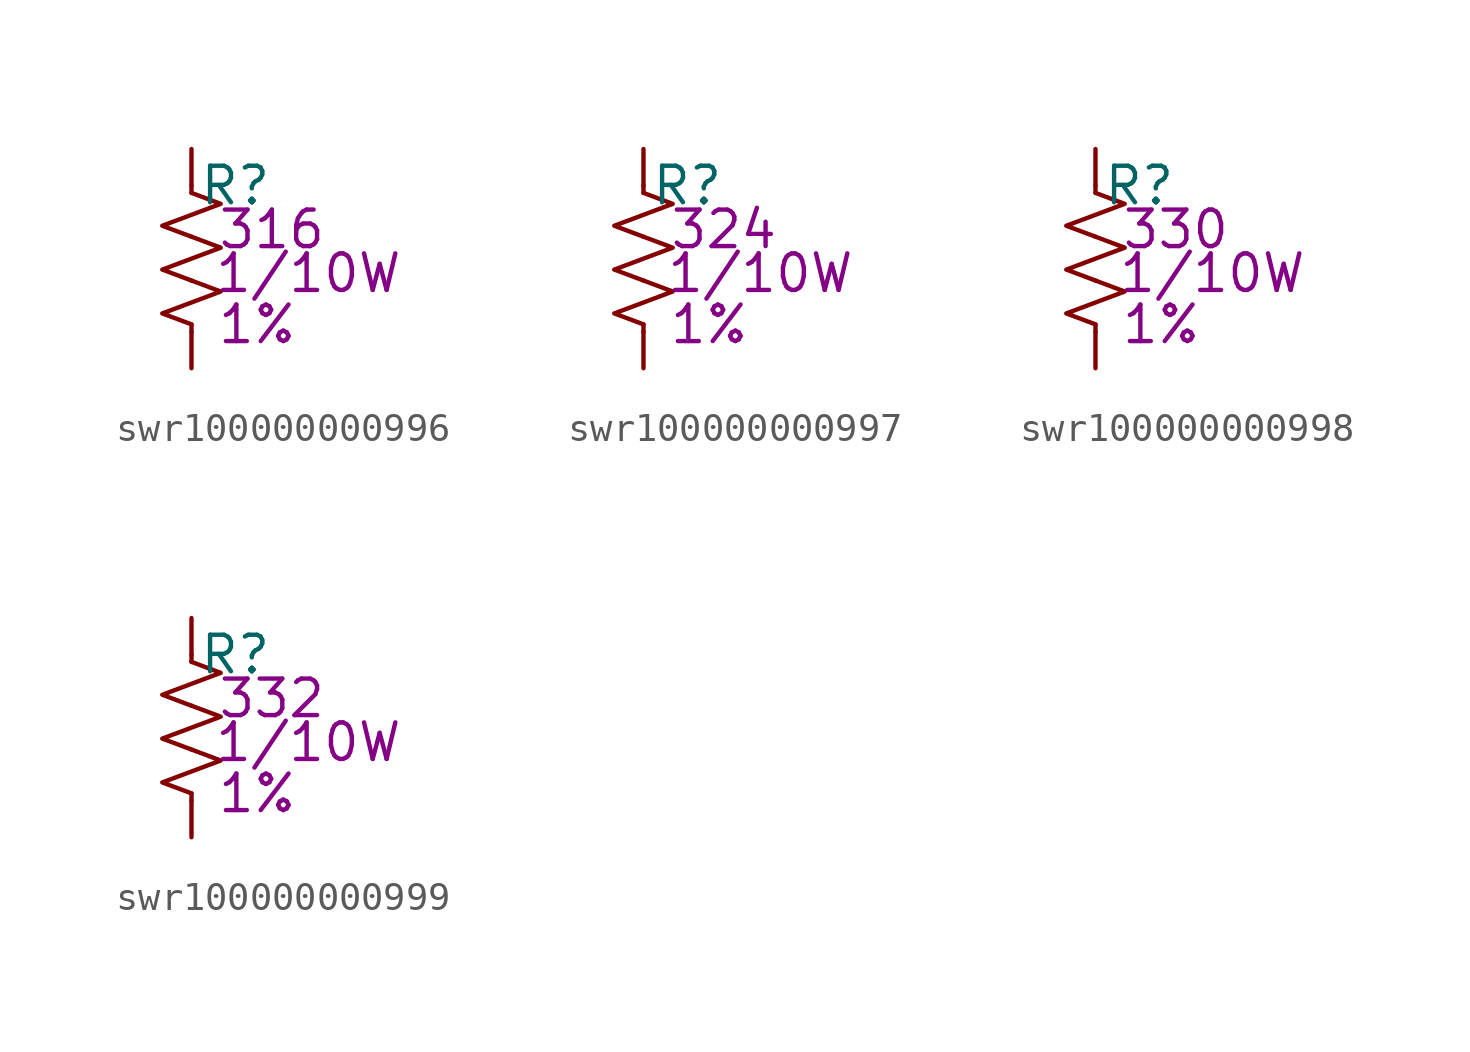
<source format=kicad_sym>
(kicad_symbol_lib
  (version 20211014)
  (generator kicad_symbol_editor)
  (symbol "swr100000000996"
    (pin_numbers hide)
    (pin_names
      (offset 1.016))
    (property "Reference" "R"
      (at 1.524 2.54 0)
      (effects (font (size 1.27 1.27))))
    (property "Tolerance" "1%"
      (at 2.286 -2.286 0)
      (effects (font (size 1.27 1.27))))
    (property "Wattage" "1/10W"
      (at 4.064 -0.508 0)
      (effects (font (size 1.27 1.27))))
    (property "PartValue" "316"
      (at 2.794 1.016 0)
      (effects (font (size 1.27 1.27))))
    (symbol "swr100000000996_1_1"
      (polyline (pts (xy 0 -2.286) (xy 0 -2.54)) (stroke (width 0) (type default) (color 0 0 0 0)) (fill (type none)))
      (polyline (pts (xy 0 2.286) (xy 0 2.54)) (stroke (width 0) (type default) (color 0 0 0 0)) (fill (type none)))
      (polyline (pts (xy 0 -0.762) (xy 1.016 -1.143) (xy 0 -1.524) (xy -1.016 -1.905) (xy 0 -2.286)) (stroke (width 0) (type default) (color 0 0 0 0)) (fill (type none)))
      (polyline (pts (xy 0 0.762) (xy 1.016 0.381) (xy 0 0) (xy -1.016 -0.381) (xy 0 -0.762)) (stroke (width 0) (type default) (color 0 0 0 0)) (fill (type none)))
      (polyline (pts (xy 0 2.286) (xy 1.016 1.905) (xy 0 1.524) (xy -1.016 1.143) (xy 0 0.762)) (stroke (width 0) (type default) (color 0 0 0 0)) (fill (type none)))
      (pin passive line (at 0 3.81 270) (length 1.27) (name "~" (effects (font (size 1.27 1.27)))) (number "1" (effects (font (size 1.27 1.27)))))
      (pin passive line (at 0 -3.81 90) (length 1.27) (name "~" (effects (font (size 1.27 1.27)))) (number "2" (effects (font (size 1.27 1.27)))))))
  (symbol "swr100000000997"
    (pin_numbers hide)
    (pin_names
      (offset 1.016))
    (property "Reference" "R"
      (at 1.524 2.54 0)
      (effects (font (size 1.27 1.27))))
    (property "Tolerance" "1%"
      (at 2.286 -2.286 0)
      (effects (font (size 1.27 1.27))))
    (property "Wattage" "1/10W"
      (at 4.064 -0.508 0)
      (effects (font (size 1.27 1.27))))
    (property "PartValue" "324"
      (at 2.794 1.016 0)
      (effects (font (size 1.27 1.27))))
    (symbol "swr100000000997_1_1"
      (polyline (pts (xy 0 -2.286) (xy 0 -2.54)) (stroke (width 0) (type default) (color 0 0 0 0)) (fill (type none)))
      (polyline (pts (xy 0 2.286) (xy 0 2.54)) (stroke (width 0) (type default) (color 0 0 0 0)) (fill (type none)))
      (polyline (pts (xy 0 -0.762) (xy 1.016 -1.143) (xy 0 -1.524) (xy -1.016 -1.905) (xy 0 -2.286)) (stroke (width 0) (type default) (color 0 0 0 0)) (fill (type none)))
      (polyline (pts (xy 0 0.762) (xy 1.016 0.381) (xy 0 0) (xy -1.016 -0.381) (xy 0 -0.762)) (stroke (width 0) (type default) (color 0 0 0 0)) (fill (type none)))
      (polyline (pts (xy 0 2.286) (xy 1.016 1.905) (xy 0 1.524) (xy -1.016 1.143) (xy 0 0.762)) (stroke (width 0) (type default) (color 0 0 0 0)) (fill (type none)))
      (pin passive line (at 0 3.81 270) (length 1.27) (name "~" (effects (font (size 1.27 1.27)))) (number "1" (effects (font (size 1.27 1.27)))))
      (pin passive line (at 0 -3.81 90) (length 1.27) (name "~" (effects (font (size 1.27 1.27)))) (number "2" (effects (font (size 1.27 1.27)))))))
  (symbol "swr100000000998"
    (pin_numbers hide)
    (pin_names
      (offset 1.016))
    (property "Reference" "R"
      (at 1.524 2.54 0)
      (effects (font (size 1.27 1.27))))
    (property "Tolerance" "1%"
      (at 2.286 -2.286 0)
      (effects (font (size 1.27 1.27))))
    (property "Wattage" "1/10W"
      (at 4.064 -0.508 0)
      (effects (font (size 1.27 1.27))))
    (property "PartValue" "330"
      (at 2.794 1.016 0)
      (effects (font (size 1.27 1.27))))
    (symbol "swr100000000998_1_1"
      (polyline (pts (xy 0 -2.286) (xy 0 -2.54)) (stroke (width 0) (type default) (color 0 0 0 0)) (fill (type none)))
      (polyline (pts (xy 0 2.286) (xy 0 2.54)) (stroke (width 0) (type default) (color 0 0 0 0)) (fill (type none)))
      (polyline (pts (xy 0 -0.762) (xy 1.016 -1.143) (xy 0 -1.524) (xy -1.016 -1.905) (xy 0 -2.286)) (stroke (width 0) (type default) (color 0 0 0 0)) (fill (type none)))
      (polyline (pts (xy 0 0.762) (xy 1.016 0.381) (xy 0 0) (xy -1.016 -0.381) (xy 0 -0.762)) (stroke (width 0) (type default) (color 0 0 0 0)) (fill (type none)))
      (polyline (pts (xy 0 2.286) (xy 1.016 1.905) (xy 0 1.524) (xy -1.016 1.143) (xy 0 0.762)) (stroke (width 0) (type default) (color 0 0 0 0)) (fill (type none)))
      (pin passive line (at 0 3.81 270) (length 1.27) (name "~" (effects (font (size 1.27 1.27)))) (number "1" (effects (font (size 1.27 1.27)))))
      (pin passive line (at 0 -3.81 90) (length 1.27) (name "~" (effects (font (size 1.27 1.27)))) (number "2" (effects (font (size 1.27 1.27)))))))
  (symbol "swr100000000999"
    (pin_numbers hide)
    (pin_names
      (offset 1.016))
    (property "Reference" "R"
      (at 1.524 2.54 0)
      (effects (font (size 1.27 1.27))))
    (property "Tolerance" "1%"
      (at 2.286 -2.286 0)
      (effects (font (size 1.27 1.27))))
    (property "Wattage" "1/10W"
      (at 4.064 -0.508 0)
      (effects (font (size 1.27 1.27))))
    (property "PartValue" "332"
      (at 2.794 1.016 0)
      (effects (font (size 1.27 1.27))))
    (symbol "swr100000000999_1_1"
      (polyline (pts (xy 0 -2.286) (xy 0 -2.54)) (stroke (width 0) (type default) (color 0 0 0 0)) (fill (type none)))
      (polyline (pts (xy 0 2.286) (xy 0 2.54)) (stroke (width 0) (type default) (color 0 0 0 0)) (fill (type none)))
      (polyline (pts (xy 0 -0.762) (xy 1.016 -1.143) (xy 0 -1.524) (xy -1.016 -1.905) (xy 0 -2.286)) (stroke (width 0) (type default) (color 0 0 0 0)) (fill (type none)))
      (polyline (pts (xy 0 0.762) (xy 1.016 0.381) (xy 0 0) (xy -1.016 -0.381) (xy 0 -0.762)) (stroke (width 0) (type default) (color 0 0 0 0)) (fill (type none)))
      (polyline (pts (xy 0 2.286) (xy 1.016 1.905) (xy 0 1.524) (xy -1.016 1.143) (xy 0 0.762)) (stroke (width 0) (type default) (color 0 0 0 0)) (fill (type none)))
      (pin passive line (at 0 3.81 270) (length 1.27) (name "~" (effects (font (size 1.27 1.27)))) (number "1" (effects (font (size 1.27 1.27)))))
      (pin passive line (at 0 -3.81 90) (length 1.27) (name "~" (effects (font (size 1.27 1.27)))) (number "2" (effects (font (size 1.27 1.27))))))))
</source>
